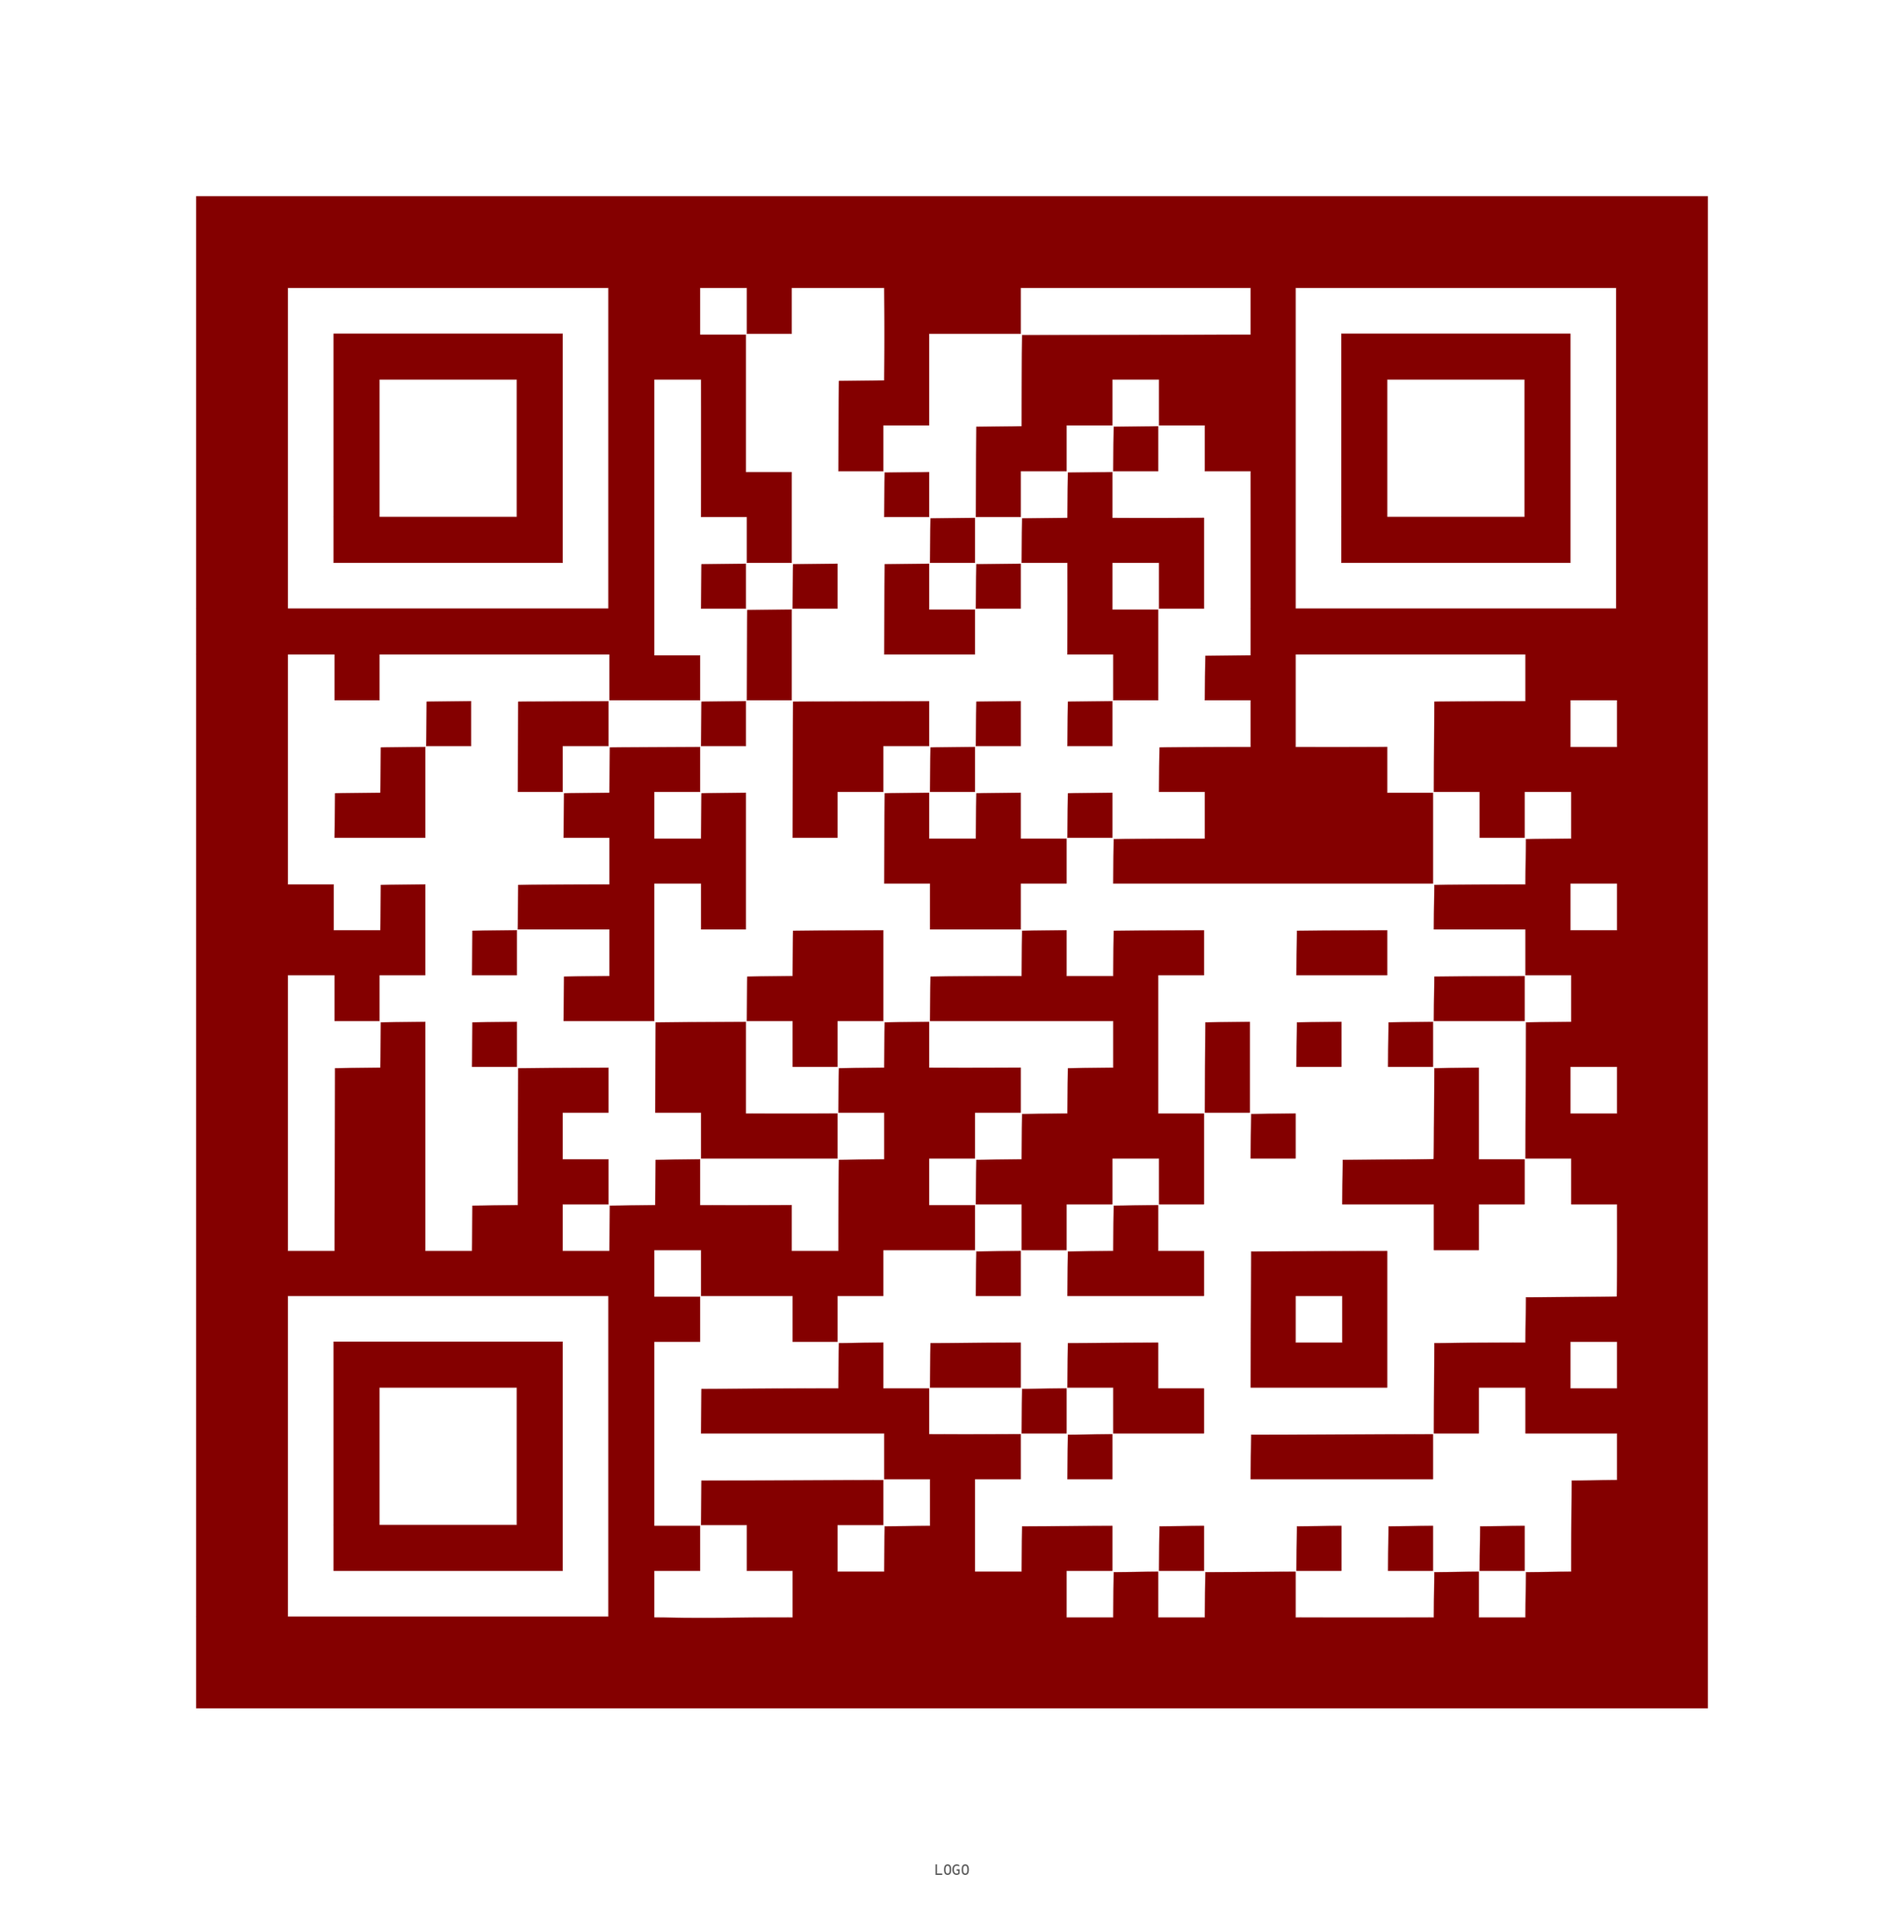
<source format=kicad_sym>
(kicad_symbol_lib
  (version 20220914)
  (generator bitmap2component)
  (symbol "LOGO"
    (pin_names
      (offset 1.016))
    (property "Reference" "#G"
      (at 0 66.421 0)
      (effects (font (size 1.27 1.27)) hide))
    (symbol "LOGO_0_0"
      (polyline (pts (xy 67.056 0) (xy 67.056 67.056) (xy 0 67.056) (xy -67.056 67.056) (xy -67.056 30.48) (xy -58.928 30.48) (xy -58.928 44.704) (xy -58.928 58.928) (xy -44.704 58.928) (xy -30.48 58.928) (xy -30.48 44.704) (xy -30.48 30.48) (xy -44.704 30.48) (xy -58.928 30.48) (xy -67.056 30.48) (xy -67.056 26.416) (xy -58.928 26.416) (xy -56.854 26.416) (xy -54.779 26.416) (xy -54.779 24.384) (xy -54.779 22.352) (xy -52.79 22.352) (xy -50.8 22.352) (xy -50.8 24.384) (xy -50.8 26.416) (xy -40.598 26.416) (xy -30.395 26.416) (xy -30.395 24.384) (xy -30.395 22.352) (xy -26.374 22.352) (xy -22.352 22.352) (xy -22.352 24.342) (xy -22.352 26.331) (xy -24.384 26.331) (xy -26.416 26.331) (xy -26.416 38.566) (xy -26.416 50.8) (xy -24.342 50.8) (xy -22.267 50.8) (xy -22.265 48.747) (xy -22.264 48.469) (xy -22.264 47.859) (xy -22.264 47.126) (xy -22.264 46.3) (xy -22.264 45.409) (xy -22.264 44.485) (xy -22.265 43.555) (xy -22.265 42.651) (xy -22.269 38.608) (xy -20.236 38.608) (xy -18.203 38.608) (xy -18.203 36.576) (xy -18.203 34.544) (xy -16.214 34.544) (xy -14.224 34.544) (xy -14.224 38.566) (xy -14.224 42.587) (xy -16.256 42.587) (xy -18.288 42.587) (xy -18.288 48.683) (xy -18.288 54.779) (xy -20.32 54.779) (xy -22.352 54.779) (xy -22.352 56.854) (xy -22.352 58.928) (xy -20.278 58.928) (xy -18.203 58.928) (xy -18.203 56.896) (xy -18.203 54.864) (xy -16.214 54.864) (xy -14.224 54.864) (xy -14.224 56.896) (xy -14.224 58.928) (xy -10.121 58.928) (xy -6.017 58.928) (xy -5.993 56.875) (xy -5.993 56.843) (xy -5.987 56.092) (xy -5.984 55.242) (xy -5.984 54.361) (xy -5.987 53.514) (xy -5.993 52.77) (xy -6.017 50.718) (xy -8.025 50.696) (xy -10.033 50.673) (xy -10.054 46.672) (xy -10.074 42.672) (xy -8.085 42.672) (xy -6.096 42.672) (xy -6.096 44.704) (xy -6.096 46.736) (xy -4.064 46.736) (xy -2.032 46.736) (xy -2.032 50.8) (xy -2.032 54.864) (xy 2.032 54.864) (xy 6.096 54.864) (xy 6.096 56.896) (xy 6.096 58.928) (xy 16.298 58.928) (xy 26.501 58.928) (xy 26.501 56.854) (xy 26.501 54.779) (xy 24.49 54.778) (xy 24.469 54.777) (xy 24.077 54.777) (xy 23.532 54.776) (xy 22.849 54.775) (xy 22.046 54.773) (xy 21.138 54.771) (xy 20.139 54.769) (xy 19.067 54.767) (xy 17.936 54.764) (xy 16.763 54.762) (xy 15.562 54.759) (xy 14.351 54.756) (xy 6.223 54.737) (xy 6.205 52.705) (xy 6.205 52.686) (xy 6.199 51.944) (xy 6.194 51.103) (xy 6.189 50.232) (xy 6.186 49.397) (xy 6.184 48.664) (xy 6.181 46.654) (xy 4.17 46.632) (xy 2.159 46.609) (xy 2.138 42.608) (xy 2.118 38.608) (xy 4.107 38.608) (xy 6.096 38.608) (xy 6.096 40.64) (xy 6.096 42.672) (xy 8.128 42.672) (xy 10.16 42.672) (xy 10.16 44.704) (xy 10.16 46.736) (xy 12.192 46.736) (xy 14.224 46.736) (xy 14.224 48.768) (xy 14.224 50.8) (xy 16.298 50.8) (xy 18.373 50.8) (xy 18.373 48.768) (xy 18.373 46.736) (xy 20.405 46.736) (xy 22.437 46.736) (xy 22.437 44.704) (xy 22.437 42.672) (xy 24.469 42.672) (xy 26.501 42.672) (xy 26.502 40.64) (xy 26.503 40.307) (xy 26.503 39.692) (xy 26.503 38.955) (xy 26.504 38.127) (xy 26.504 37.234) (xy 26.504 36.306) (xy 26.504 35.372) (xy 26.504 34.459) (xy 26.504 33.837) (xy 26.504 32.91) (xy 26.504 31.982) (xy 26.504 31.081) (xy 26.504 30.48) (xy 30.48 30.48) (xy 30.48 44.704) (xy 30.48 58.928) (xy 44.704 58.928) (xy 58.928 58.928) (xy 58.928 44.704) (xy 58.928 30.48) (xy 44.704 30.48) (xy 30.48 30.48) (xy 26.504 30.48) (xy 26.503 30.237) (xy 26.503 29.477) (xy 26.503 28.829) (xy 26.502 28.323) (xy 26.501 26.334) (xy 24.49 26.312) (xy 22.479 26.289) (xy 22.456 24.32) (xy 22.433 22.352) (xy 24.467 22.352) (xy 26.501 22.352) (xy 26.501 20.278) (xy 26.501 18.203) (xy 24.49 18.2) (xy 24.471 18.2) (xy 23.734 18.198) (xy 22.896 18.194) (xy 22.025 18.19) (xy 21.186 18.184) (xy 20.447 18.179) (xy 18.415 18.161) (xy 18.392 16.192) (xy 18.369 14.224) (xy 20.403 14.224) (xy 22.437 14.224) (xy 22.437 12.15) (xy 22.437 10.075) (xy 20.426 10.072) (xy 20.407 10.072) (xy 19.67 10.07) (xy 18.832 10.066) (xy 17.961 10.062) (xy 17.122 10.056) (xy 16.383 10.051) (xy 14.351 10.033) (xy 14.328 8.065) (xy 14.306 6.096) (xy 28.489 6.096) (xy 42.672 6.096) (xy 42.672 10.118) (xy 42.672 14.139) (xy 40.64 14.139) (xy 38.608 14.139) (xy 38.608 16.175) (xy 38.608 18.211) (xy 36.597 18.203) (xy 36.557 18.203) (xy 35.819 18.201) (xy 34.983 18.199) (xy 34.112 18.198) (xy 33.273 18.198) (xy 32.533 18.199) (xy 30.48 18.203) (xy 30.48 22.31) (xy 30.48 26.416) (xy 40.682 26.416) (xy 50.885 26.416) (xy 50.885 24.342) (xy 50.885 22.267) (xy 48.874 22.264) (xy 48.855 22.264) (xy 48.118 22.262) (xy 47.281 22.258) (xy 46.409 22.254) (xy 45.57 22.248) (xy 44.831 22.243) (xy 42.799 22.225) (xy 42.778 18.224) (xy 42.778 18.203) (xy 54.864 18.203) (xy 54.864 20.278) (xy 54.864 22.352) (xy 56.938 22.352) (xy 59.013 22.352) (xy 59.013 20.278) (xy 59.013 18.203) (xy 56.938 18.203) (xy 54.864 18.203) (xy 42.778 18.203) (xy 42.758 14.224) (xy 44.789 14.224) (xy 46.821 14.224) (xy 46.821 12.192) (xy 46.821 10.16) (xy 48.81 10.16) (xy 50.8 10.16) (xy 50.8 12.192) (xy 50.8 14.224) (xy 52.874 14.224) (xy 54.949 14.224) (xy 54.949 12.151) (xy 54.949 10.078) (xy 52.938 10.056) (xy 50.927 10.033) (xy 50.904 8.022) (xy 50.882 6.011) (xy 48.872 6.008) (xy 48.854 6.008) (xy 48.117 6.006) (xy 47.28 6.002) (xy 46.408 5.998) (xy 45.57 5.992) (xy 44.831 5.987) (xy 42.799 5.969) (xy 42.776 4) (xy 42.754 2.032) (xy 46.819 2.032) (xy 50.885 2.032) (xy 50.885 1.947) (xy 54.864 1.947) (xy 54.864 4.022) (xy 54.864 6.096) (xy 56.938 6.096) (xy 59.013 6.096) (xy 59.013 4.022) (xy 59.013 1.947) (xy 56.938 1.947) (xy 54.864 1.947) (xy 50.885 1.947) (xy 50.885 0) (xy 50.885 -2.032) (xy 52.917 -2.032) (xy 54.949 -2.032) (xy 54.949 -4.105) (xy 54.949 -6.178) (xy 52.938 -6.2) (xy 50.927 -6.223) (xy 50.907 -12.255) (xy 50.9 -14.309) (xy 54.864 -14.309) (xy 54.864 -12.234) (xy 54.864 -10.16) (xy 56.938 -10.16) (xy 59.013 -10.16) (xy 59.013 -12.234) (xy 59.013 -14.309) (xy 56.938 -14.309) (xy 54.864 -14.309) (xy 50.9 -14.309) (xy 50.887 -18.288) (xy 52.918 -18.288) (xy 54.949 -18.288) (xy 54.949 -20.32) (xy 54.949 -22.352) (xy 56.981 -22.352) (xy 59.013 -22.352) (xy 59.017 -24.405) (xy 59.018 -25.336) (xy 59.018 -26.27) (xy 59.017 -27.148) (xy 59.014 -27.956) (xy 59.011 -28.68) (xy 59.006 -29.306) (xy 59.001 -29.819) (xy 58.995 -30.205) (xy 58.987 -30.451) (xy 58.98 -30.541) (xy 58.894 -30.546) (xy 58.655 -30.552) (xy 58.279 -30.558) (xy 57.785 -30.564) (xy 57.187 -30.57) (xy 56.503 -30.576) (xy 55.748 -30.582) (xy 54.941 -30.586) (xy 50.927 -30.607) (xy 50.904 -32.618) (xy 50.882 -34.629) (xy 48.872 -34.632) (xy 48.854 -34.632) (xy 48.117 -34.634) (xy 47.28 -34.638) (xy 46.408 -34.642) (xy 45.57 -34.648) (xy 44.831 -34.653) (xy 42.799 -34.671) (xy 42.778 -38.672) (xy 42.758 -42.672) (xy 44.747 -42.672) (xy 46.736 -42.672) (xy 46.736 -40.64) (xy 46.736 -38.608) (xy 48.81 -38.608) (xy 50.885 -38.608) (xy 50.885 -38.693) (xy 54.864 -38.693) (xy 54.864 -36.618) (xy 54.864 -34.544) (xy 56.938 -34.544) (xy 59.013 -34.544) (xy 59.013 -36.618) (xy 59.013 -38.693) (xy 56.938 -38.693) (xy 54.864 -38.693) (xy 50.885 -38.693) (xy 50.885 -40.64) (xy 50.885 -42.672) (xy 54.949 -42.672) (xy 59.013 -42.672) (xy 59.013 -44.745) (xy 59.013 -46.818) (xy 57.002 -46.84) (xy 54.991 -46.863) (xy 54.973 -48.895) (xy 54.973 -48.914) (xy 54.967 -49.656) (xy 54.962 -50.497) (xy 54.958 -51.368) (xy 54.954 -52.203) (xy 54.952 -52.936) (xy 54.949 -54.946) (xy 52.938 -54.968) (xy 50.927 -54.991) (xy 50.904 -57.002) (xy 50.882 -59.013) (xy 48.809 -59.013) (xy 46.736 -59.013) (xy 46.736 -56.979) (xy 46.736 -54.946) (xy 44.767 -54.968) (xy 42.799 -54.991) (xy 42.776 -57.002) (xy 42.754 -59.013) (xy 40.765 -59.015) (xy 40.657 -59.015) (xy 39.925 -59.016) (xy 39.098 -59.016) (xy 38.236 -59.017) (xy 37.403 -59.017) (xy 36.661 -59.017) (xy 36.555 -59.017) (xy 35.79 -59.017) (xy 34.939 -59.017) (xy 34.067 -59.016) (xy 33.237 -59.016) (xy 32.512 -59.015) (xy 30.48 -59.013) (xy 30.48 -56.981) (xy 30.48 -54.95) (xy 26.48 -54.97) (xy 22.479 -54.991) (xy 22.456 -57.002) (xy 22.434 -59.013) (xy 20.361 -59.013) (xy 18.288 -59.013) (xy 18.288 -56.979) (xy 18.288 -54.946) (xy 16.32 -54.968) (xy 14.351 -54.991) (xy 14.328 -57.002) (xy 14.306 -59.013) (xy 12.233 -59.013) (xy 10.16 -59.013) (xy 10.16 -56.938) (xy 10.16 -54.864) (xy 12.192 -54.864) (xy 14.224 -54.864) (xy 14.224 -52.875) (xy 14.224 -50.886) (xy 10.223 -50.906) (xy 6.223 -50.927) (xy 6.2 -52.938) (xy 6.178 -54.949) (xy 4.105 -54.949) (xy 2.032 -54.949) (xy 2.032 -50.842) (xy 2.032 -46.736) (xy 4.064 -46.736) (xy 6.096 -46.736) (xy 6.096 -44.742) (xy 6.096 -42.749) (xy 4.085 -42.757) (xy 4.045 -42.757) (xy 3.307 -42.759) (xy 2.47 -42.761) (xy 1.6 -42.762) (xy 0.761 -42.762) (xy 0.021 -42.761) (xy -2.032 -42.757) (xy -2.032 -40.725) (xy -2.032 -38.693) (xy -4.064 -38.693) (xy -6.096 -38.693) (xy -6.096 -36.659) (xy -6.096 -34.626) (xy -8.065 -34.648) (xy -10.033 -34.671) (xy -10.056 -36.682) (xy -10.078 -38.693) (xy -12.088 -38.695) (xy -12.376 -38.696) (xy -12.98 -38.697) (xy -13.706 -38.699) (xy -14.526 -38.702) (xy -15.41 -38.705) (xy -16.331 -38.709) (xy -17.257 -38.712) (xy -18.161 -38.716) (xy -22.225 -38.735) (xy -22.248 -40.703) (xy -22.27 -42.672) (xy -14.141 -42.672) (xy -6.011 -42.672) (xy -6.011 -44.704) (xy -6.011 -46.736) (xy -3.979 -46.736) (xy -1.947 -46.736) (xy -1.947 -48.809) (xy -1.947 -50.882) (xy -3.958 -50.904) (xy -5.969 -50.927) (xy -5.992 -52.938) (xy -6.014 -54.949) (xy -8.087 -54.949) (xy -10.16 -54.949) (xy -10.16 -52.874) (xy -10.16 -50.8) (xy -8.128 -50.8) (xy -6.096 -50.8) (xy -6.096 -48.812) (xy -6.096 -46.824) (xy -14.161 -46.843) (xy -22.225 -46.863) (xy -22.248 -48.831) (xy -22.27 -50.8) (xy -20.237 -50.8) (xy -18.203 -50.8) (xy -18.203 -52.832) (xy -18.203 -54.864) (xy -16.171 -54.864) (xy -14.139 -54.864) (xy -14.139 -56.938) (xy -14.139 -59.013) (xy -16.108 -59.015) (xy -16.22 -59.015) (xy -16.945 -59.017) (xy -17.767 -59.02) (xy -18.624 -59.025) (xy -19.453 -59.03) (xy -20.193 -59.036) (xy -20.294 -59.037) (xy -21.061 -59.041) (xy -21.915 -59.043) (xy -22.793 -59.042) (xy -23.631 -59.038) (xy -24.363 -59.032) (xy -26.416 -59.01) (xy -26.416 -56.937) (xy -26.416 -54.864) (xy -24.384 -54.864) (xy -22.352 -54.864) (xy -22.352 -52.874) (xy -22.352 -50.885) (xy -24.384 -50.885) (xy -26.416 -50.885) (xy -26.416 -42.714) (xy -26.416 -34.544) (xy -24.384 -34.544) (xy -22.352 -34.544) (xy -22.352 -32.554) (xy -22.352 -30.565) (xy -24.384 -30.565) (xy -26.416 -30.565) (xy -26.416 -28.49) (xy -26.416 -26.416) (xy -24.342 -26.416) (xy -22.267 -26.416) (xy -22.267 -28.448) (xy -22.267 -30.48) (xy -18.203 -30.48) (xy -14.139 -30.48) (xy -14.139 -32.512) (xy -14.139 -34.544) (xy -12.15 -34.544) (xy -10.16 -34.544) (xy -10.16 -32.512) (xy -10.16 -30.48) (xy -8.128 -30.48) (xy -6.096 -30.48) (xy -6.096 -28.448) (xy -6.096 -26.416) (xy -2.032 -26.416) (xy 2.032 -26.416) (xy 2.032 -24.426) (xy 2.032 -22.437) (xy 0 -22.437) (xy -2.032 -22.437) (xy -2.032 -20.362) (xy -2.032 -18.288) (xy 0 -18.288) (xy 2.032 -18.288) (xy 2.032 -16.256) (xy 2.032 -14.224) (xy 4.064 -14.224) (xy 6.096 -14.224) (xy 6.096 -12.23) (xy 6.096 -10.237) (xy 4.085 -10.245) (xy 4.045 -10.245) (xy 3.307 -10.247) (xy 2.47 -10.249) (xy 1.6 -10.25) (xy 0.761 -10.25) (xy 0.021 -10.249) (xy -2.032 -10.245) (xy -2.032 -8.211) (xy -2.032 -6.178) (xy -4 -6.2) (xy -5.969 -6.223) (xy -5.992 -8.232) (xy -6.014 -10.242) (xy -8.024 -10.264) (xy -10.033 -10.287) (xy -10.056 -12.255) (xy -10.079 -14.224) (xy -8.045 -14.224) (xy -6.011 -14.224) (xy -6.011 -16.297) (xy -6.011 -18.37) (xy -8.022 -18.392) (xy -10.033 -18.415) (xy -10.051 -20.447) (xy -10.051 -20.465) (xy -10.057 -21.208) (xy -10.062 -22.049) (xy -10.066 -22.92) (xy -10.07 -23.756) (xy -10.072 -24.49) (xy -10.075 -26.501) (xy -12.15 -26.501) (xy -14.224 -26.501) (xy -14.224 -24.465) (xy -14.224 -22.429) (xy -16.235 -22.437) (xy -16.275 -22.437) (xy -17.013 -22.439) (xy -17.849 -22.441) (xy -18.72 -22.442) (xy -19.558 -22.442) (xy -20.299 -22.441) (xy -22.352 -22.437) (xy -22.352 -20.403) (xy -22.352 -18.369) (xy -24.32 -18.392) (xy -26.289 -18.415) (xy -26.312 -20.424) (xy -26.334 -22.434) (xy -28.344 -22.456) (xy -30.353 -22.479) (xy -30.376 -24.49) (xy -30.398 -26.501) (xy -32.471 -26.501) (xy -34.544 -26.501) (xy -34.544 -24.426) (xy -34.544 -22.352) (xy -32.512 -22.352) (xy -30.48 -22.352) (xy -30.48 -20.362) (xy -30.48 -18.373) (xy -32.512 -18.373) (xy -34.544 -18.373) (xy -34.544 -16.298) (xy -34.544 -14.224) (xy -32.512 -14.224) (xy -30.48 -14.224) (xy -30.48 -12.235) (xy -30.48 -10.246) (xy -34.48 -10.266) (xy -38.481 -10.287) (xy -38.5 -14.351) (xy -38.502 -14.884) (xy -38.506 -15.805) (xy -38.51 -16.732) (xy -38.513 -17.634) (xy -38.516 -18.484) (xy -38.518 -19.251) (xy -38.52 -19.908) (xy -38.521 -20.424) (xy -38.523 -22.434) (xy -40.534 -22.456) (xy -42.545 -22.479) (xy -42.568 -24.49) (xy -42.59 -26.501) (xy -44.663 -26.501) (xy -46.736 -26.501) (xy -46.736 -16.339) (xy -46.736 -6.178) (xy -48.705 -6.2) (xy -50.673 -6.223) (xy -50.696 -8.232) (xy -50.718 -10.242) (xy -52.728 -10.264) (xy -54.737 -10.287) (xy -54.756 -16.383) (xy -54.758 -16.905) (xy -54.761 -17.974) (xy -54.764 -19.032) (xy -54.767 -20.061) (xy -54.77 -21.04) (xy -54.772 -21.949) (xy -54.774 -22.769) (xy -54.776 -23.479) (xy -54.777 -24.059) (xy -54.777 -24.49) (xy -54.779 -26.501) (xy -56.854 -26.501) (xy -58.928 -26.501) (xy -58.928 -14.266) (xy -58.928 -2.032) (xy -56.854 -2.032) (xy -54.779 -2.032) (xy -54.779 -4.064) (xy -54.779 -6.096) (xy -52.79 -6.096) (xy -50.8 -6.096) (xy -50.8 -4.064) (xy -50.8 -2.032) (xy -48.768 -2.032) (xy -46.736 -2.032) (xy -46.736 1.991) (xy -46.736 6.014) (xy -48.705 5.992) (xy -50.673 5.969) (xy -50.696 3.958) (xy -50.718 1.947) (xy -52.791 1.947) (xy -54.864 1.947) (xy -54.864 3.979) (xy -54.864 6.011) (xy -56.896 6.011) (xy -58.928 6.011) (xy -58.928 16.214) (xy -58.928 26.416) (xy -67.056 26.416) (xy -67.056 0) (xy -67.056 -58.928) (xy -58.928 -58.928) (xy -58.928 -44.704) (xy -58.928 -30.48) (xy -44.704 -30.48) (xy -30.48 -30.48) (xy -30.48 -44.704) (xy -30.48 -58.928) (xy -44.704 -58.928) (xy -58.928 -58.928) (xy -67.056 -58.928) (xy -67.056 -67.056) (xy 0 -67.056) (xy 67.056 -67.056) (xy 67.056 0)) (stroke (width 0.01) (type default)) (fill (type outline)))
      (polyline (pts (xy 22.352 -52.873) (xy 22.352 -50.882) (xy 20.384 -50.904) (xy 18.415 -50.927) (xy 18.392 -52.895) (xy 18.369 -54.864) (xy 20.361 -54.864) (xy 22.352 -54.864) (xy 22.352 -52.873)) (stroke (width 0.01) (type default)) (fill (type outline)))
      (polyline (pts (xy 34.544 -52.873) (xy 34.544 -50.882) (xy 32.575 -50.904) (xy 30.607 -50.927) (xy 30.584 -52.895) (xy 30.561 -54.864) (xy 32.553 -54.864) (xy 34.544 -54.864) (xy 34.544 -52.873)) (stroke (width 0.01) (type default)) (fill (type outline)))
      (polyline (pts (xy 42.672 -52.873) (xy 42.672 -50.882) (xy 40.703 -50.904) (xy 38.735 -50.927) (xy 38.712 -52.895) (xy 38.69 -54.864) (xy 40.681 -54.864) (xy 42.672 -54.864) (xy 42.672 -52.873)) (stroke (width 0.01) (type default)) (fill (type outline)))
      (polyline (pts (xy 50.8 -52.873) (xy 50.8 -50.882) (xy 48.831 -50.904) (xy 46.863 -50.927) (xy 46.84 -52.895) (xy 46.818 -54.864) (xy 48.809 -54.864) (xy 50.8 -54.864) (xy 50.8 -52.873)) (stroke (width 0.01) (type default)) (fill (type outline)))
      (polyline (pts (xy 14.224 -44.745) (xy 14.224 -42.754) (xy 12.255 -42.776) (xy 10.287 -42.799) (xy 10.264 -44.767) (xy 10.242 -46.736) (xy 12.233 -46.736) (xy 14.224 -46.736) (xy 14.224 -44.745)) (stroke (width 0.01) (type default)) (fill (type outline)))
      (polyline (pts (xy 42.672 -44.748) (xy 42.672 -42.76) (xy 34.608 -42.779) (xy 26.543 -42.799) (xy 26.52 -44.767) (xy 26.497 -46.736) (xy 34.585 -46.736) (xy 42.672 -46.736) (xy 42.672 -44.748)) (stroke (width 0.01) (type default)) (fill (type outline)))
      (polyline (pts (xy 10.16 -40.681) (xy 10.16 -38.69) (xy 8.191 -38.712) (xy 6.223 -38.735) (xy 6.2 -40.703) (xy 6.178 -42.672) (xy 8.169 -42.672) (xy 10.16 -42.672) (xy 10.16 -40.681)) (stroke (width 0.01) (type default)) (fill (type outline)))
      (polyline (pts (xy 22.352 -40.682) (xy 22.352 -38.693) (xy 20.32 -38.693) (xy 18.288 -38.693) (xy 18.288 -36.661) (xy 18.288 -34.63) (xy 14.287 -34.65) (xy 10.287 -34.671) (xy 10.264 -36.639) (xy 10.242 -38.608) (xy 12.275 -38.608) (xy 14.309 -38.608) (xy 14.309 -40.64) (xy 14.309 -42.672) (xy 18.33 -42.672) (xy 22.352 -42.672) (xy 22.352 -40.682)) (stroke (width 0.01) (type default)) (fill (type outline)))
      (polyline (pts (xy 6.096 -36.619) (xy 6.096 -34.63) (xy 2.095 -34.65) (xy -1.905 -34.671) (xy -1.928 -36.639) (xy -1.95 -38.608) (xy 2.073 -38.608) (xy 6.096 -38.608) (xy 6.096 -36.619)) (stroke (width 0.01) (type default)) (fill (type outline)))
      (polyline (pts (xy 38.608 -32.556) (xy 38.608 -26.503) (xy 32.575 -26.523) (xy 26.543 -26.543) (xy 26.523 -32.575) (xy 26.516 -34.629) (xy 30.48 -34.629) (xy 30.48 -32.554) (xy 30.48 -30.48) (xy 32.554 -30.48) (xy 34.629 -30.48) (xy 34.629 -32.554) (xy 34.629 -34.629) (xy 32.554 -34.629) (xy 30.48 -34.629) (xy 26.516 -34.629) (xy 26.503 -38.608) (xy 32.556 -38.608) (xy 38.608 -38.608) (xy 38.608 -32.556)) (stroke (width 0.01) (type default)) (fill (type outline)))
      (polyline (pts (xy 6.096 -28.489) (xy 6.096 -26.497) (xy 4.128 -26.52) (xy 2.159 -26.543) (xy 2.136 -28.512) (xy 2.114 -30.48) (xy 4.105 -30.48) (xy 6.096 -30.48) (xy 6.096 -28.489)) (stroke (width 0.01) (type default)) (fill (type outline)))
      (polyline (pts (xy 22.352 -28.49) (xy 22.352 -26.501) (xy 20.32 -26.501) (xy 18.288 -26.501) (xy 18.288 -24.467) (xy 18.288 -22.433) (xy 16.32 -22.456) (xy 14.351 -22.479) (xy 14.328 -24.488) (xy 14.306 -26.498) (xy 12.296 -26.52) (xy 10.287 -26.543) (xy 10.264 -28.512) (xy 10.242 -30.48) (xy 16.297 -30.48) (xy 22.352 -30.48) (xy 22.352 -28.49)) (stroke (width 0.01) (type default)) (fill (type outline)))
      (polyline (pts (xy 10.16 -24.384) (xy 10.16 -22.352) (xy 12.192 -22.352) (xy 14.224 -22.352) (xy 14.224 -20.32) (xy 14.224 -18.288) (xy 16.298 -18.288) (xy 18.373 -18.288) (xy 18.373 -20.32) (xy 18.373 -22.352) (xy 20.362 -22.352) (xy 22.352 -22.352) (xy 22.352 -18.33) (xy 22.352 -14.309) (xy 20.32 -14.309) (xy 18.288 -14.309) (xy 18.288 -8.17) (xy 18.288 -2.032) (xy 20.32 -2.032) (xy 22.352 -2.032) (xy 22.352 -0.043) (xy 22.352 1.946) (xy 18.352 1.926) (xy 14.351 1.905) (xy 14.328 -0.106) (xy 14.306 -2.117) (xy 12.233 -2.117) (xy 10.16 -2.117) (xy 10.16 -0.083) (xy 10.16 1.95) (xy 8.191 1.928) (xy 6.223 1.905) (xy 6.2 -0.106) (xy 6.178 -2.117) (xy 4.168 -2.12) (xy 4.15 -2.12) (xy 3.413 -2.122) (xy 2.576 -2.126) (xy 1.704 -2.13) (xy 0.866 -2.135) (xy 0.127 -2.141) (xy -1.905 -2.159) (xy -1.928 -4.128) (xy -1.95 -6.096) (xy 6.179 -6.096) (xy 14.309 -6.096) (xy 14.309 -8.169) (xy 14.309 -10.242) (xy 12.298 -10.264) (xy 10.287 -10.287) (xy 10.264 -12.296) (xy 10.242 -14.306) (xy 8.232 -14.328) (xy 6.223 -14.351) (xy 6.2 -16.36) (xy 6.178 -18.37) (xy 4.168 -18.392) (xy 2.159 -18.415) (xy 2.136 -20.384) (xy 2.114 -22.352) (xy 4.147 -22.352) (xy 6.181 -22.352) (xy 6.181 -24.384) (xy 6.181 -26.416) (xy 8.17 -26.416) (xy 10.16 -26.416) (xy 10.16 -24.384)) (stroke (width 0.01) (type default)) (fill (type outline)))
      (polyline (pts (xy 46.736 -24.384) (xy 46.736 -22.352) (xy 48.768 -22.352) (xy 50.8 -22.352) (xy 50.8 -20.362) (xy 50.8 -18.373) (xy 48.768 -18.373) (xy 46.736 -18.373) (xy 46.736 -14.307) (xy 46.736 -10.242) (xy 44.767 -10.264) (xy 42.799 -10.287) (xy 42.778 -14.301) (xy 42.774 -15.104) (xy 42.768 -15.859) (xy 42.762 -16.544) (xy 42.755 -17.143) (xy 42.748 -17.639) (xy 42.741 -18.016) (xy 42.735 -18.256) (xy 42.728 -18.344) (xy 42.642 -18.351) (xy 42.402 -18.357) (xy 42.026 -18.364) (xy 41.53 -18.371) (xy 40.932 -18.378) (xy 40.247 -18.384) (xy 39.493 -18.39) (xy 38.685 -18.394) (xy 34.671 -18.415) (xy 34.648 -20.384) (xy 34.626 -22.352) (xy 38.691 -22.352) (xy 42.757 -22.352) (xy 42.757 -24.384) (xy 42.757 -26.416) (xy 44.746 -26.416) (xy 46.736 -26.416) (xy 46.736 -24.384)) (stroke (width 0.01) (type default)) (fill (type outline)))
      (polyline (pts (xy -10.16 -16.294) (xy -10.16 -14.301) (xy -12.171 -14.309) (xy -12.211 -14.309) (xy -12.949 -14.311) (xy -13.786 -14.313) (xy -14.656 -14.314) (xy -15.495 -14.314) (xy -16.235 -14.313) (xy -18.288 -14.309) (xy -18.288 -10.245) (xy -18.288 -6.182) (xy -22.288 -6.202) (xy -26.289 -6.223) (xy -26.31 -10.223) (xy -26.33 -14.224) (xy -24.299 -14.224) (xy -22.267 -14.224) (xy -22.267 -16.256) (xy -22.267 -18.288) (xy -16.214 -18.288) (xy -10.16 -18.288) (xy -10.16 -16.294)) (stroke (width 0.01) (type default)) (fill (type outline)))
      (polyline (pts (xy 30.48 -16.297) (xy 30.48 -14.306) (xy 28.512 -14.328) (xy 26.543 -14.351) (xy 26.52 -16.32) (xy 26.497 -18.288) (xy 28.489 -18.288) (xy 30.48 -18.288) (xy 30.48 -16.297)) (stroke (width 0.01) (type default)) (fill (type outline)))
      (polyline (pts (xy 26.416 -10.201) (xy 26.416 -6.178) (xy 24.448 -6.2) (xy 22.479 -6.223) (xy 22.458 -10.223) (xy 22.438 -14.224) (xy 24.427 -14.224) (xy 26.416 -14.224) (xy 26.416 -10.201)) (stroke (width 0.01) (type default)) (fill (type outline)))
      (polyline (pts (xy -38.608 -8.169) (xy -38.608 -6.178) (xy -40.577 -6.2) (xy -42.545 -6.223) (xy -42.568 -8.191) (xy -42.59 -10.16) (xy -40.599 -10.16) (xy -38.608 -10.16) (xy -38.608 -8.169)) (stroke (width 0.01) (type default)) (fill (type outline)))
      (polyline (pts (xy -10.16 -8.128) (xy -10.16 -6.096) (xy -8.128 -6.096) (xy -6.096 -6.096) (xy -6.096 -2.075) (xy -6.096 1.946) (xy -10.097 1.926) (xy -14.097 1.905) (xy -14.12 -0.104) (xy -14.142 -2.114) (xy -16.152 -2.136) (xy -18.161 -2.159) (xy -18.184 -4.128) (xy -18.206 -6.096) (xy -16.173 -6.096) (xy -14.139 -6.096) (xy -14.139 -8.128) (xy -14.139 -10.16) (xy -12.15 -10.16) (xy -10.16 -10.16) (xy -10.16 -8.128)) (stroke (width 0.01) (type default)) (fill (type outline)))
      (polyline (pts (xy 34.544 -8.169) (xy 34.544 -6.178) (xy 32.575 -6.2) (xy 30.607 -6.223) (xy 30.584 -8.191) (xy 30.561 -10.16) (xy 32.553 -10.16) (xy 34.544 -10.16) (xy 34.544 -8.169)) (stroke (width 0.01) (type default)) (fill (type outline)))
      (polyline (pts (xy 42.672 -8.169) (xy 42.672 -6.178) (xy 40.703 -6.2) (xy 38.735 -6.223) (xy 38.712 -8.191) (xy 38.69 -10.16) (xy 40.681 -10.16) (xy 42.672 -10.16) (xy 42.672 -8.169)) (stroke (width 0.01) (type default)) (fill (type outline)))
      (polyline (pts (xy -26.416 0) (xy -26.416 6.096) (xy -24.342 6.096) (xy -22.267 6.096) (xy -22.267 4.064) (xy -22.267 2.032) (xy -20.278 2.032) (xy -18.288 2.032) (xy -18.288 8.087) (xy -18.288 14.143) (xy -20.256 14.12) (xy -22.225 14.097) (xy -22.248 12.086) (xy -22.27 10.075) (xy -24.343 10.075) (xy -26.416 10.075) (xy -26.416 12.15) (xy -26.416 14.224) (xy -24.384 14.224) (xy -22.352 14.224) (xy -22.352 16.213) (xy -22.352 18.202) (xy -26.352 18.182) (xy -30.353 18.161) (xy -30.376 16.152) (xy -30.398 14.142) (xy -32.408 14.12) (xy -34.417 14.097) (xy -34.44 12.129) (xy -34.462 10.16) (xy -32.429 10.16) (xy -30.395 10.16) (xy -30.395 8.086) (xy -30.395 6.011) (xy -32.406 6.008) (xy -32.425 6.008) (xy -33.162 6.006) (xy -33.999 6.002) (xy -34.871 5.998) (xy -35.71 5.992) (xy -36.449 5.987) (xy -38.481 5.969) (xy -38.504 4) (xy -38.526 2.032) (xy -34.461 2.032) (xy -30.395 2.032) (xy -30.395 -0.041) (xy -30.395 -2.114) (xy -32.406 -2.136) (xy -34.417 -2.159) (xy -34.44 -4.128) (xy -34.462 -6.096) (xy -30.439 -6.096) (xy -26.416 -6.096) (xy -26.416 0)) (stroke (width 0.01) (type default)) (fill (type outline)))
      (polyline (pts (xy 50.8 -4.107) (xy 50.8 -2.118) (xy 46.8 -2.138) (xy 42.799 -2.159) (xy 42.776 -4.128) (xy 42.754 -6.096) (xy 46.777 -6.096) (xy 50.8 -6.096) (xy 50.8 -4.107)) (stroke (width 0.01) (type default)) (fill (type outline)))
      (polyline (pts (xy -38.608 -0.041) (xy -38.608 1.95) (xy -40.577 1.928) (xy -42.545 1.905) (xy -42.568 -0.064) (xy -42.59 -2.032) (xy -40.599 -2.032) (xy -38.608 -2.032) (xy -38.608 -0.041)) (stroke (width 0.01) (type default)) (fill (type outline)))
      (polyline (pts (xy 38.608 -0.043) (xy 38.608 1.946) (xy 34.608 1.926) (xy 30.607 1.905) (xy 30.584 -0.064) (xy 30.561 -2.032) (xy 34.585 -2.032) (xy 38.608 -2.032) (xy 38.608 -0.043)) (stroke (width 0.01) (type default)) (fill (type outline)))
      (polyline (pts (xy 6.096 4.064) (xy 6.096 6.096) (xy 8.128 6.096) (xy 10.16 6.096) (xy 10.16 8.086) (xy 10.16 10.075) (xy 8.128 10.075) (xy 6.096 10.075) (xy 6.096 12.109) (xy 6.096 14.143) (xy 4.128 14.12) (xy 2.159 14.097) (xy 2.136 12.086) (xy 2.114 10.075) (xy 0.041 10.075) (xy -2.032 10.075) (xy -2.032 12.109) (xy -2.032 14.143) (xy -4 14.12) (xy -5.969 14.097) (xy -5.99 10.097) (xy -6.01 6.096) (xy -3.979 6.096) (xy -1.947 6.096) (xy -1.947 4.064) (xy -1.947 2.032) (xy 2.074 2.032) (xy 6.096 2.032) (xy 6.096 4.064)) (stroke (width 0.01) (type default)) (fill (type outline)))
      (polyline (pts (xy -46.736 14.183) (xy -46.736 18.206) (xy -48.705 18.184) (xy -50.673 18.161) (xy -50.696 16.152) (xy -50.718 14.142) (xy -52.728 14.12) (xy -54.737 14.097) (xy -54.76 12.129) (xy -54.782 10.16) (xy -50.759 10.16) (xy -46.736 10.16) (xy -46.736 14.183)) (stroke (width 0.01) (type default)) (fill (type outline)))
      (polyline (pts (xy -10.16 12.192) (xy -10.16 14.224) (xy -8.128 14.224) (xy -6.096 14.224) (xy -6.096 16.256) (xy -6.096 18.288) (xy -4.064 18.288) (xy -2.032 18.288) (xy -2.032 20.276) (xy -2.032 22.265) (xy -8.065 22.245) (xy -14.097 22.225) (xy -14.117 16.192) (xy -14.137 10.16) (xy -12.149 10.16) (xy -10.16 10.16) (xy -10.16 12.192)) (stroke (width 0.01) (type default)) (fill (type outline)))
      (polyline (pts (xy 14.224 12.151) (xy 14.224 14.143) (xy 12.255 14.12) (xy 10.287 14.097) (xy 10.264 12.129) (xy 10.242 10.16) (xy 12.233 10.16) (xy 14.224 10.16) (xy 14.224 12.151)) (stroke (width 0.01) (type default)) (fill (type outline)))
      (polyline (pts (xy -34.544 16.256) (xy -34.544 18.288) (xy -32.512 18.288) (xy -30.48 18.288) (xy -30.48 20.277) (xy -30.48 22.266) (xy -34.48 22.246) (xy -38.481 22.225) (xy -38.502 18.224) (xy -38.522 14.224) (xy -36.533 14.224) (xy -34.544 14.224) (xy -34.544 16.256)) (stroke (width 0.01) (type default)) (fill (type outline)))
      (polyline (pts (xy 2.032 16.215) (xy 2.032 18.206) (xy 0.064 18.184) (xy -1.905 18.161) (xy -1.928 16.192) (xy -1.95 14.224) (xy 0.041 14.224) (xy 2.032 14.224) (xy 2.032 16.215)) (stroke (width 0.01) (type default)) (fill (type outline)))
      (polyline (pts (xy -42.672 20.279) (xy -42.672 22.27) (xy -44.641 22.248) (xy -46.609 22.225) (xy -46.632 20.256) (xy -46.654 18.288) (xy -44.663 18.288) (xy -42.672 18.288) (xy -42.672 20.279)) (stroke (width 0.01) (type default)) (fill (type outline)))
      (polyline (pts (xy -18.288 20.279) (xy -18.288 22.27) (xy -20.256 22.248) (xy -22.225 22.225) (xy -22.248 20.256) (xy -22.27 18.288) (xy -20.279 18.288) (xy -18.288 18.288) (xy -18.288 20.279)) (stroke (width 0.01) (type default)) (fill (type outline)))
      (polyline (pts (xy 6.096 20.279) (xy 6.096 22.27) (xy 4.128 22.248) (xy 2.159 22.225) (xy 2.136 20.256) (xy 2.114 18.288) (xy 4.105 18.288) (xy 6.096 18.288) (xy 6.096 20.279)) (stroke (width 0.01) (type default)) (fill (type outline)))
      (polyline (pts (xy 14.224 20.279) (xy 14.224 22.27) (xy 12.255 22.248) (xy 10.287 22.225) (xy 10.264 20.256) (xy 10.242 18.288) (xy 12.233 18.288) (xy 14.224 18.288) (xy 14.224 20.279)) (stroke (width 0.01) (type default)) (fill (type outline)))
      (polyline (pts (xy -14.224 26.375) (xy -14.224 30.398) (xy -16.192 30.376) (xy -18.161 30.353) (xy -18.182 26.352) (xy -18.202 22.352) (xy -16.213 22.352) (xy -14.224 22.352) (xy -14.224 26.375)) (stroke (width 0.01) (type default)) (fill (type outline)))
      (polyline (pts (xy 18.288 26.374) (xy 18.288 30.395) (xy 16.256 30.395) (xy 14.224 30.395) (xy 14.224 32.47) (xy 14.224 34.544) (xy 16.298 34.544) (xy 18.373 34.544) (xy 18.373 32.512) (xy 18.373 30.48) (xy 20.362 30.48) (xy 22.352 30.48) (xy 22.352 34.506) (xy 22.352 38.531) (xy 20.341 38.523) (xy 20.301 38.523) (xy 19.563 38.521) (xy 18.727 38.519) (xy 17.856 38.518) (xy 17.017 38.518) (xy 16.277 38.519) (xy 14.224 38.523) (xy 14.224 40.557) (xy 14.224 42.59) (xy 12.255 42.568) (xy 10.287 42.545) (xy 10.264 40.536) (xy 10.242 38.526) (xy 8.232 38.504) (xy 6.223 38.481) (xy 6.2 36.513) (xy 6.178 34.544) (xy 8.211 34.544) (xy 10.245 34.544) (xy 10.249 32.491) (xy 10.249 32.45) (xy 10.25 31.702) (xy 10.25 30.859) (xy 10.249 29.989) (xy 10.247 29.156) (xy 10.245 28.427) (xy 10.237 26.416) (xy 12.273 26.416) (xy 14.309 26.416) (xy 14.309 24.384) (xy 14.309 22.352) (xy 16.298 22.352) (xy 18.288 22.352) (xy 18.288 26.374)) (stroke (width 0.01) (type default)) (fill (type outline)))
      (polyline (pts (xy 2.032 28.406) (xy 2.032 30.395) (xy 0 30.395) (xy -2.032 30.395) (xy -2.032 32.429) (xy -2.032 34.462) (xy -4 34.44) (xy -5.969 34.417) (xy -5.99 30.416) (xy -6.01 26.416) (xy -1.989 26.416) (xy 2.032 26.416) (xy 2.032 28.406)) (stroke (width 0.01) (type default)) (fill (type outline)))
      (polyline (pts (xy -18.288 32.471) (xy -18.288 34.462) (xy -20.256 34.44) (xy -22.225 34.417) (xy -22.248 32.449) (xy -22.27 30.48) (xy -20.279 30.48) (xy -18.288 30.48) (xy -18.288 32.471)) (stroke (width 0.01) (type default)) (fill (type outline)))
      (polyline (pts (xy -10.16 32.471) (xy -10.16 34.462) (xy -12.129 34.44) (xy -14.097 34.417) (xy -14.12 32.449) (xy -14.143 30.48) (xy -12.151 30.48) (xy -10.16 30.48) (xy -10.16 32.471)) (stroke (width 0.01) (type default)) (fill (type outline)))
      (polyline (pts (xy 6.096 32.471) (xy 6.096 34.462) (xy 4.128 34.44) (xy 2.159 34.417) (xy 2.136 32.449) (xy 2.114 30.48) (xy 4.105 30.48) (xy 6.096 30.48) (xy 6.096 32.471)) (stroke (width 0.01) (type default)) (fill (type outline)))
      (polyline (pts (xy 2.032 36.535) (xy 2.032 38.526) (xy 0.064 38.504) (xy -1.905 38.481) (xy -1.928 36.513) (xy -1.95 34.544) (xy 0.041 34.544) (xy 2.032 34.544) (xy 2.032 36.535)) (stroke (width 0.01) (type default)) (fill (type outline)))
      (polyline (pts (xy -2.032 40.599) (xy -2.032 42.59) (xy -4 42.568) (xy -5.969 42.545) (xy -5.992 40.577) (xy -6.014 38.608) (xy -4.023 38.608) (xy -2.032 38.608) (xy -2.032 40.599)) (stroke (width 0.01) (type default)) (fill (type outline)))
      (polyline (pts (xy 18.288 44.663) (xy 18.288 46.654) (xy 16.32 46.632) (xy 14.351 46.609) (xy 14.328 44.641) (xy 14.306 42.672) (xy 16.297 42.672) (xy 18.288 42.672) (xy 18.288 44.663)) (stroke (width 0.01) (type default)) (fill (type outline)))
      (polyline (pts (xy -34.544 -44.704) (xy -34.544 -34.544) (xy -44.704 -34.544) (xy -54.864 -34.544) (xy -54.864 -44.704) (xy -54.864 -50.8) (xy -50.8 -50.8) (xy -50.8 -44.704) (xy -50.8 -38.608) (xy -44.704 -38.608) (xy -38.608 -38.608) (xy -38.608 -44.704) (xy -38.608 -50.8) (xy -44.704 -50.8) (xy -50.8 -50.8) (xy -54.864 -50.8) (xy -54.864 -54.864) (xy -44.704 -54.864) (xy -34.544 -54.864) (xy -34.544 -44.704)) (stroke (width 0.01) (type default)) (fill (type outline)))
      (polyline (pts (xy -34.544 44.704) (xy -34.544 54.864) (xy -44.704 54.864) (xy -54.864 54.864) (xy -54.864 44.704) (xy -54.864 38.608) (xy -50.8 38.608) (xy -50.8 44.704) (xy -50.8 50.8) (xy -44.704 50.8) (xy -38.608 50.8) (xy -38.608 44.704) (xy -38.608 38.608) (xy -44.704 38.608) (xy -50.8 38.608) (xy -54.864 38.608) (xy -54.864 34.544) (xy -44.704 34.544) (xy -34.544 34.544) (xy -34.544 44.704)) (stroke (width 0.01) (type default)) (fill (type outline)))
      (polyline (pts (xy 54.864 44.704) (xy 54.864 54.864) (xy 44.704 54.864) (xy 34.544 54.864) (xy 34.544 44.704) (xy 34.544 38.608) (xy 38.608 38.608) (xy 38.608 44.704) (xy 38.608 50.8) (xy 44.704 50.8) (xy 50.8 50.8) (xy 50.8 44.704) (xy 50.8 38.608) (xy 44.704 38.608) (xy 38.608 38.608) (xy 34.544 38.608) (xy 34.544 34.544) (xy 44.704 34.544) (xy 54.864 34.544) (xy 54.864 44.704)) (stroke (width 0.01) (type default)) (fill (type outline))))))
</source>
